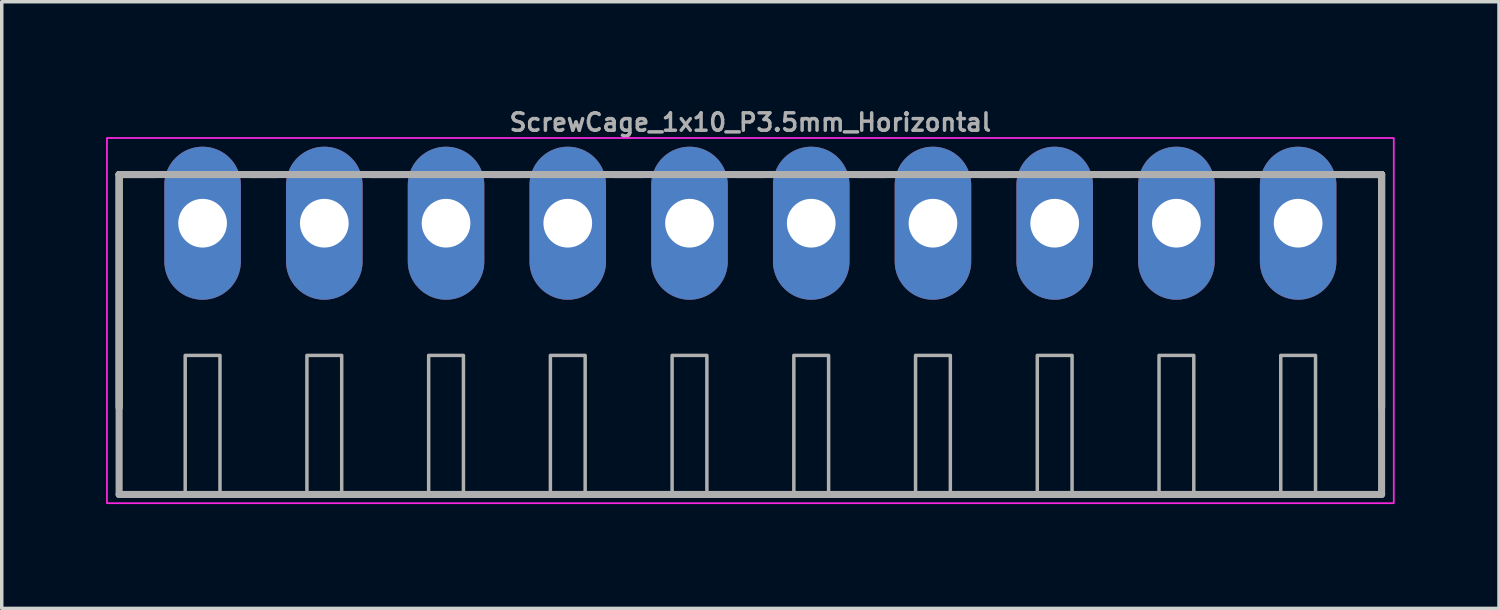
<source format=kicad_pcb>
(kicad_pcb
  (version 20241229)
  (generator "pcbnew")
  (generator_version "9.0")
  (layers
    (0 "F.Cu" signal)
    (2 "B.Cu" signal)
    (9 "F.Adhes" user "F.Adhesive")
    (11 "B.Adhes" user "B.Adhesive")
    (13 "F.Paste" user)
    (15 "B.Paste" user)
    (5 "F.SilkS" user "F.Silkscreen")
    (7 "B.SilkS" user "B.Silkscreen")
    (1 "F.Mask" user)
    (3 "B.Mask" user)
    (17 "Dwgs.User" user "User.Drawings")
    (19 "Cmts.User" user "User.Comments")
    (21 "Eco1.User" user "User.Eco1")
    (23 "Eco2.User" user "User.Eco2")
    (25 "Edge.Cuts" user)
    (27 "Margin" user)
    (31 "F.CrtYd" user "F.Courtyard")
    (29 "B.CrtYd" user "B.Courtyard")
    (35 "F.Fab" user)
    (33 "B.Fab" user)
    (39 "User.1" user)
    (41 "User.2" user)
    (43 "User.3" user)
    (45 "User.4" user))
  (footprint "ScrewCage_1x10_P3.5mm_Horizontal"
    (layer "F.Cu")
    (at 18.525 6.168)
    (property "Reference" "ScrewCage_1x10_P3.5mm_Horizontal" (at 0 -5.7 0) (layer "F.Fab") (effects (font (size 0.5 0.5) (thickness 0.1) (bold yes))))
    (attr through_hole)
    (fp_line (start -18.15 -4.2) (end -18.15 2.5) (stroke (width 0.203) (type solid)) (layer "F.SilkS"))
    (fp_line (start -17.1 -4.2) (end -18.15 -4.2) (stroke (width 0.203) (type solid)) (layer "F.SilkS"))
    (fp_line (start -13.6 -4.2) (end -14.4 -4.2) (stroke (width 0.203) (type solid)) (layer "F.SilkS"))
    (fp_line (start -10.1 -4.2) (end -10.9 -4.2) (stroke (width 0.203) (type solid)) (layer "F.SilkS"))
    (fp_line (start -6.6 -4.2) (end -7.4 -4.2) (stroke (width 0.203) (type solid)) (layer "F.SilkS"))
    (fp_line (start -3.1 -4.2) (end -3.9 -4.2) (stroke (width 0.203) (type solid)) (layer "F.SilkS"))
    (fp_line (start 0.4 -4.2) (end -0.4 -4.2) (stroke (width 0.203) (type solid)) (layer "F.SilkS"))
    (fp_line (start 3.9 -4.2) (end 3.1 -4.2) (stroke (width 0.203) (type solid)) (layer "F.SilkS"))
    (fp_line (start 7.4 -4.2) (end 6.6 -4.2) (stroke (width 0.203) (type solid)) (layer "F.SilkS"))
    (fp_line (start 10.9 -4.2) (end 10.1 -4.2) (stroke (width 0.203) (type solid)) (layer "F.SilkS"))
    (fp_line (start 14.4 -4.2) (end 13.6 -4.2) (stroke (width 0.203) (type solid)) (layer "F.SilkS"))
    (fp_line (start 18.15 -4.2) (end 17.1 -4.2) (stroke (width 0.203) (type solid)) (layer "F.SilkS"))
    (fp_line (start 18.15 2.5) (end 18.15 -4.2) (stroke (width 0.203) (type solid)) (layer "F.SilkS"))
    (fp_rect (start -18.5 -5.25) (end 18.5 5.25) (stroke (width 0.05) (type default)) (fill no) (layer "F.CrtYd"))
    (fp_line (start -18.15 -4.2) (end -18.15 5) (stroke (width 0.203) (type solid)) (layer "F.Fab"))
    (fp_line (start -18.15 5) (end 18.15 5) (stroke (width 0.203) (type solid)) (layer "F.Fab"))
    (fp_line (start 18.15 -4.2) (end -18.15 -4.2) (stroke (width 0.203) (type solid)) (layer "F.Fab"))
    (fp_line (start 18.15 5) (end 18.15 -4.2) (stroke (width 0.203) (type solid)) (layer "F.Fab"))
    (fp_poly (pts (xy -16.25 5) (xy -15.25 5) (xy -15.25 1) (xy -16.25 1)) (stroke (width 0.1) (type default)) (fill no) (layer "F.Fab"))
    (fp_poly (pts (xy -12.75 5) (xy -11.75 5) (xy -11.75 1) (xy -12.75 1)) (stroke (width 0.1) (type default)) (fill no) (layer "F.Fab"))
    (fp_poly (pts (xy -9.25 5) (xy -8.25 5) (xy -8.25 1) (xy -9.25 1)) (stroke (width 0.1) (type default)) (fill no) (layer "F.Fab"))
    (fp_poly (pts (xy -5.75 5) (xy -4.75 5) (xy -4.75 1) (xy -5.75 1)) (stroke (width 0.1) (type default)) (fill no) (layer "F.Fab"))
    (fp_poly (pts (xy -2.25 5) (xy -1.25 5) (xy -1.25 1) (xy -2.25 1)) (stroke (width 0.1) (type default)) (fill no) (layer "F.Fab"))
    (fp_poly (pts (xy 1.25 5) (xy 2.25 5) (xy 2.25 1) (xy 1.25 1)) (stroke (width 0.1) (type default)) (fill no) (layer "F.Fab"))
    (fp_poly (pts (xy 4.75 5) (xy 5.75 5) (xy 5.75 1) (xy 4.75 1)) (stroke (width 0.1) (type default)) (fill no) (layer "F.Fab"))
    (fp_poly (pts (xy 8.25 5) (xy 9.25 5) (xy 9.25 1) (xy 8.25 1)) (stroke (width 0.1) (type default)) (fill no) (layer "F.Fab"))
    (fp_poly (pts (xy 11.75 5) (xy 12.75 5) (xy 12.75 1) (xy 11.75 1)) (stroke (width 0.1) (type default)) (fill no) (layer "F.Fab"))
    (fp_poly (pts (xy 15.25 5) (xy 16.25 5) (xy 16.25 1) (xy 15.25 1)) (stroke (width 0.1) (type default)) (fill no) (layer "F.Fab"))
    (pad "1" thru_hole oval (at -15.75 -2.8 90) (size 4.4 2.2) (drill 1.4) (layers "*.Cu" "*.Mask"))
    (pad "2" thru_hole oval (at -12.25 -2.8 90) (size 4.4 2.2) (drill 1.4) (layers "*.Cu" "*.Mask"))
    (pad "3" thru_hole oval (at -8.75 -2.8 90) (size 4.4 2.2) (drill 1.4) (layers "*.Cu" "*.Mask"))
    (pad "4" thru_hole oval (at -5.25 -2.8 90) (size 4.4 2.2) (drill 1.4) (layers "*.Cu" "*.Mask"))
    (pad "5" thru_hole oval (at -1.75 -2.8 90) (size 4.4 2.2) (drill 1.4) (layers "*.Cu" "*.Mask"))
    (pad "6" thru_hole oval (at 1.75 -2.8 90) (size 4.4 2.2) (drill 1.4) (layers "*.Cu" "*.Mask"))
    (pad "7" thru_hole oval (at 5.25 -2.8 90) (size 4.4 2.2) (drill 1.4) (layers "*.Cu" "*.Mask"))
    (pad "8" thru_hole oval (at 8.75 -2.8 90) (size 4.4 2.2) (drill 1.4) (layers "*.Cu" "*.Mask"))
    (pad "9" thru_hole oval (at 12.25 -2.8 90) (size 4.4 2.2) (drill 1.4) (layers "*.Cu" "*.Mask"))
    (pad "10" thru_hole oval (at 15.75 -2.8 90) (size 4.4 2.2) (drill 1.4) (layers "*.Cu" "*.Mask")))
  (gr_rect
    (start -3 -3)
    (end 40.05 14.443)
    (stroke (width 0.1) (type default))
    (fill no)
    (layer "Edge.Cuts")))
</source>
